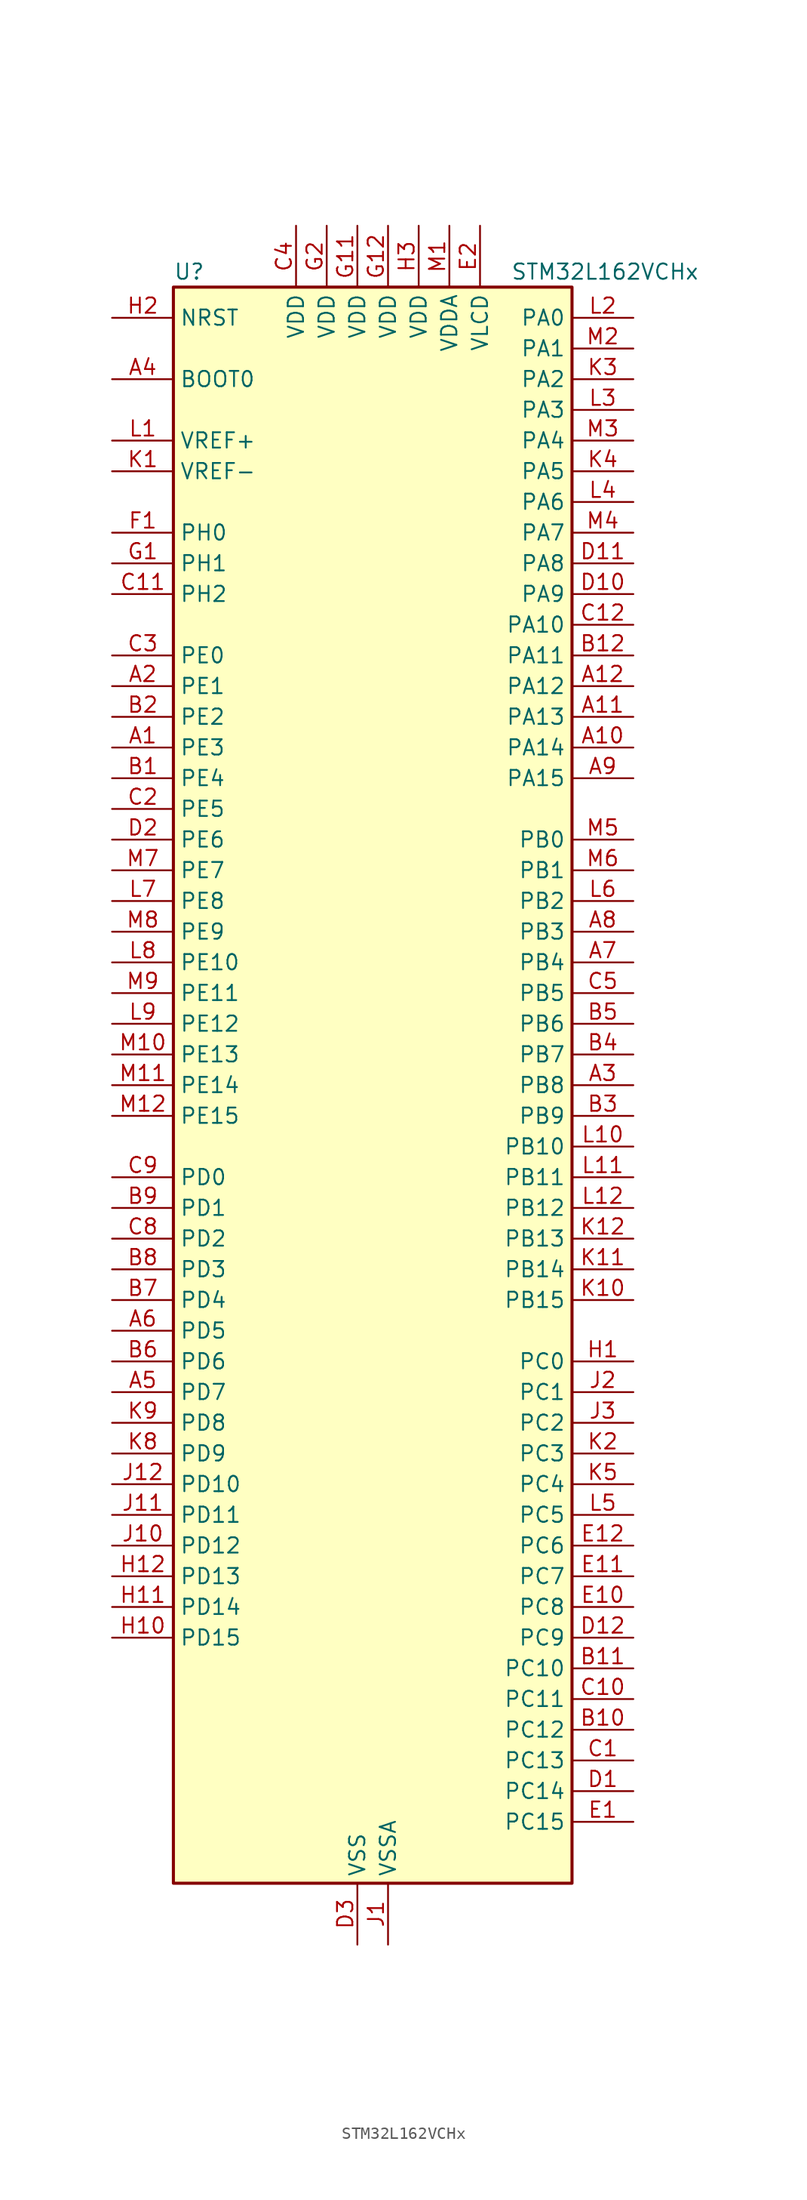
<source format=kicad_sym>
(kicad_symbol_lib
  (version 20231120)
  (generator "kicad-library-utils")
  (generator_version "8.0")
  (symbol "STM32L162VCHx"
    (property "Reference" "U"
      (at -15.24 67.31 0)
      (effects (font (size 1.27 1.27)) (justify left)))
    (property "Value" "STM32L162VCHx"
      (at 12.7 67.31 0)
      (effects (font (size 1.27 1.27)) (justify left)))
    (symbol "STM32L162VCHx_0_1"
      (rectangle (start -15.24 -66.04) (end 17.78 66.04) (stroke (width 0.254) (type default)) (fill (type background))))
    (symbol "STM32L162VCHx_1_1"
      (pin bidirectional line (at -20.32 27.94 0) (length 5.08) (name "PE3" (effects (font (size 1.27 1.27)))) (number "A1" (effects (font (size 1.27 1.27)))) (alternate "LCD_SEG39" bidirectional line) (alternate "SYS_TRACED0" bidirectional line) (alternate "TIM3_CH1" bidirectional line) (alternate "TIMX_IC4" bidirectional line))
      (pin bidirectional line (at 22.86 27.94 180) (length 5.08) (name "PA14" (effects (font (size 1.27 1.27)))) (number "A10" (effects (font (size 1.27 1.27)))) (alternate "SYS_JTCK-SWCLK" bidirectional line) (alternate "TIMX_IC3" bidirectional line) (alternate "TS_G5_IO2" bidirectional line))
      (pin bidirectional line (at 22.86 30.48 180) (length 5.08) (name "PA13" (effects (font (size 1.27 1.27)))) (number "A11" (effects (font (size 1.27 1.27)))) (alternate "SYS_JTMS-SWDIO" bidirectional line) (alternate "TIMX_IC2" bidirectional line) (alternate "TS_G5_IO1" bidirectional line))
      (pin bidirectional line (at 22.86 33.02 180) (length 5.08) (name "PA12" (effects (font (size 1.27 1.27)))) (number "A12" (effects (font (size 1.27 1.27)))) (alternate "SPI1_MOSI" bidirectional line) (alternate "TIMX_IC1" bidirectional line) (alternate "USART1_RTS" bidirectional line) (alternate "USB_DP" bidirectional line))
      (pin bidirectional line (at -20.32 33.02 0) (length 5.08) (name "PE1" (effects (font (size 1.27 1.27)))) (number "A2" (effects (font (size 1.27 1.27)))) (alternate "LCD_SEG37" bidirectional line) (alternate "TIM11_CH1" bidirectional line) (alternate "TIMX_IC2" bidirectional line))
      (pin bidirectional line (at 22.86 0 180) (length 5.08) (name "PB8" (effects (font (size 1.27 1.27)))) (number "A3" (effects (font (size 1.27 1.27)))) (alternate "I2C1_SCL" bidirectional line) (alternate "LCD_SEG16" bidirectional line) (alternate "TIM10_CH1" bidirectional line) (alternate "TIM4_CH3" bidirectional line))
      (pin input line (at -20.32 58.42 0) (length 5.08) (name "BOOT0" (effects (font (size 1.27 1.27)))) (number "A4" (effects (font (size 1.27 1.27)))))
      (pin bidirectional line (at -20.32 -25.4 0) (length 5.08) (name "PD7" (effects (font (size 1.27 1.27)))) (number "A5" (effects (font (size 1.27 1.27)))) (alternate "TIM9_CH2" bidirectional line) (alternate "TIMX_IC4" bidirectional line) (alternate "USART2_CK" bidirectional line))
      (pin bidirectional line (at -20.32 -20.32 0) (length 5.08) (name "PD5" (effects (font (size 1.27 1.27)))) (number "A6" (effects (font (size 1.27 1.27)))) (alternate "TIMX_IC2" bidirectional line) (alternate "USART2_TX" bidirectional line))
      (pin bidirectional line (at 22.86 10.16 180) (length 5.08) (name "PB4" (effects (font (size 1.27 1.27)))) (number "A7" (effects (font (size 1.27 1.27)))) (alternate "COMP2_INP" bidirectional line) (alternate "LCD_SEG8" bidirectional line) (alternate "SPI1_MISO" bidirectional line) (alternate "SPI3_MISO" bidirectional line) (alternate "SYS_JTRST" bidirectional line) (alternate "TIM3_CH1" bidirectional line) (alternate "TS_G6_IO1" bidirectional line))
      (pin bidirectional line (at 22.86 12.7 180) (length 5.08) (name "PB3" (effects (font (size 1.27 1.27)))) (number "A8" (effects (font (size 1.27 1.27)))) (alternate "COMP2_INM" bidirectional line) (alternate "I2S3_CK" bidirectional line) (alternate "LCD_SEG7" bidirectional line) (alternate "SPI1_SCK" bidirectional line) (alternate "SPI3_SCK" bidirectional line) (alternate "SYS_JTDO-TRACESWO" bidirectional line) (alternate "TIM2_CH2" bidirectional line))
      (pin bidirectional line (at 22.86 25.4 180) (length 5.08) (name "PA15" (effects (font (size 1.27 1.27)))) (number "A9" (effects (font (size 1.27 1.27)))) (alternate "ADC_EXTI15" bidirectional line) (alternate "I2S3_WS" bidirectional line) (alternate "LCD_SEG17" bidirectional line) (alternate "SPI1_NSS" bidirectional line) (alternate "SPI3_NSS" bidirectional line) (alternate "SYS_JTDI" bidirectional line) (alternate "TIM2_CH1" bidirectional line) (alternate "TIM2_ETR" bidirectional line) (alternate "TIMX_IC4" bidirectional line) (alternate "TS_G5_IO3" bidirectional line))
      (pin bidirectional line (at -20.32 25.4 0) (length 5.08) (name "PE4" (effects (font (size 1.27 1.27)))) (number "B1" (effects (font (size 1.27 1.27)))) (alternate "SYS_TRACED1" bidirectional line) (alternate "TIM3_CH2" bidirectional line) (alternate "TIMX_IC1" bidirectional line))
      (pin bidirectional line (at 22.86 -53.34 180) (length 5.08) (name "PC12" (effects (font (size 1.27 1.27)))) (number "B10" (effects (font (size 1.27 1.27)))) (alternate "I2S3_SD" bidirectional line) (alternate "LCD_COM6" bidirectional line) (alternate "LCD_SEG30" bidirectional line) (alternate "LCD_SEG42" bidirectional line) (alternate "SPI3_MOSI" bidirectional line) (alternate "TIMX_IC1" bidirectional line) (alternate "USART3_CK" bidirectional line))
      (pin bidirectional line (at 22.86 -48.26 180) (length 5.08) (name "PC10" (effects (font (size 1.27 1.27)))) (number "B11" (effects (font (size 1.27 1.27)))) (alternate "I2S3_CK" bidirectional line) (alternate "LCD_COM4" bidirectional line) (alternate "LCD_SEG28" bidirectional line) (alternate "LCD_SEG40" bidirectional line) (alternate "SPI3_SCK" bidirectional line) (alternate "TIMX_IC3" bidirectional line) (alternate "USART3_TX" bidirectional line))
      (pin bidirectional line (at 22.86 35.56 180) (length 5.08) (name "PA11" (effects (font (size 1.27 1.27)))) (number "B12" (effects (font (size 1.27 1.27)))) (alternate "ADC_EXTI11" bidirectional line) (alternate "SPI1_MISO" bidirectional line) (alternate "TIMX_IC4" bidirectional line) (alternate "USART1_CTS" bidirectional line) (alternate "USB_DM" bidirectional line))
      (pin bidirectional line (at -20.32 30.48 0) (length 5.08) (name "PE2" (effects (font (size 1.27 1.27)))) (number "B2" (effects (font (size 1.27 1.27)))) (alternate "LCD_SEG38" bidirectional line) (alternate "SYS_TRACECK" bidirectional line) (alternate "TIM3_ETR" bidirectional line) (alternate "TIMX_IC3" bidirectional line))
      (pin bidirectional line (at 22.86 -2.54 180) (length 5.08) (name "PB9" (effects (font (size 1.27 1.27)))) (number "B3" (effects (font (size 1.27 1.27)))) (alternate "DAC_EXTI9" bidirectional line) (alternate "I2C1_SDA" bidirectional line) (alternate "LCD_COM3" bidirectional line) (alternate "TIM11_CH1" bidirectional line) (alternate "TIM4_CH4" bidirectional line))
      (pin bidirectional line (at 22.86 2.54 180) (length 5.08) (name "PB7" (effects (font (size 1.27 1.27)))) (number "B4" (effects (font (size 1.27 1.27)))) (alternate "COMP2_INP" bidirectional line) (alternate "I2C1_SDA" bidirectional line) (alternate "SYS_PVD_IN" bidirectional line) (alternate "TIM4_CH2" bidirectional line) (alternate "TS_G6_IO4" bidirectional line) (alternate "USART1_RX" bidirectional line))
      (pin bidirectional line (at 22.86 5.08 180) (length 5.08) (name "PB6" (effects (font (size 1.27 1.27)))) (number "B5" (effects (font (size 1.27 1.27)))) (alternate "COMP2_INP" bidirectional line) (alternate "I2C1_SCL" bidirectional line) (alternate "TIM4_CH1" bidirectional line) (alternate "TS_G6_IO3" bidirectional line) (alternate "USART1_TX" bidirectional line))
      (pin bidirectional line (at -20.32 -22.86 0) (length 5.08) (name "PD6" (effects (font (size 1.27 1.27)))) (number "B6" (effects (font (size 1.27 1.27)))) (alternate "TIMX_IC3" bidirectional line) (alternate "USART2_RX" bidirectional line))
      (pin bidirectional line (at -20.32 -17.78 0) (length 5.08) (name "PD4" (effects (font (size 1.27 1.27)))) (number "B7" (effects (font (size 1.27 1.27)))) (alternate "I2S2_SD" bidirectional line) (alternate "SPI2_MOSI" bidirectional line) (alternate "TIMX_IC1" bidirectional line) (alternate "USART2_RTS" bidirectional line))
      (pin bidirectional line (at -20.32 -15.24 0) (length 5.08) (name "PD3" (effects (font (size 1.27 1.27)))) (number "B8" (effects (font (size 1.27 1.27)))) (alternate "SPI2_MISO" bidirectional line) (alternate "TIMX_IC4" bidirectional line) (alternate "USART2_CTS" bidirectional line))
      (pin bidirectional line (at -20.32 -10.16 0) (length 5.08) (name "PD1" (effects (font (size 1.27 1.27)))) (number "B9" (effects (font (size 1.27 1.27)))) (alternate "I2S2_CK" bidirectional line) (alternate "SPI2_SCK" bidirectional line) (alternate "TIMX_IC2" bidirectional line))
      (pin bidirectional line (at 22.86 -55.88 180) (length 5.08) (name "PC13" (effects (font (size 1.27 1.27)))) (number "C1" (effects (font (size 1.27 1.27)))) (alternate "RTC_OUT_ALARM" bidirectional line) (alternate "RTC_OUT_CALIB" bidirectional line) (alternate "RTC_TAMP1" bidirectional line) (alternate "RTC_TS" bidirectional line) (alternate "SYS_WKUP2" bidirectional line) (alternate "TIMX_IC2" bidirectional line))
      (pin bidirectional line (at 22.86 -50.8 180) (length 5.08) (name "PC11" (effects (font (size 1.27 1.27)))) (number "C10" (effects (font (size 1.27 1.27)))) (alternate "ADC_EXTI11" bidirectional line) (alternate "LCD_COM5" bidirectional line) (alternate "LCD_SEG29" bidirectional line) (alternate "LCD_SEG41" bidirectional line) (alternate "SPI3_MISO" bidirectional line) (alternate "TIMX_IC4" bidirectional line) (alternate "USART3_RX" bidirectional line))
      (pin bidirectional line (at -20.32 40.64 0) (length 5.08) (name "PH2" (effects (font (size 1.27 1.27)))) (number "C11" (effects (font (size 1.27 1.27)))))
      (pin bidirectional line (at 22.86 38.1 180) (length 5.08) (name "PA10" (effects (font (size 1.27 1.27)))) (number "C12" (effects (font (size 1.27 1.27)))) (alternate "LCD_COM2" bidirectional line) (alternate "TIMX_IC3" bidirectional line) (alternate "TS_G4_IO3" bidirectional line) (alternate "USART1_RX" bidirectional line))
      (pin bidirectional line (at -20.32 22.86 0) (length 5.08) (name "PE5" (effects (font (size 1.27 1.27)))) (number "C2" (effects (font (size 1.27 1.27)))) (alternate "SYS_TRACED2" bidirectional line) (alternate "TIM9_CH1" bidirectional line) (alternate "TIMX_IC2" bidirectional line))
      (pin bidirectional line (at -20.32 35.56 0) (length 5.08) (name "PE0" (effects (font (size 1.27 1.27)))) (number "C3" (effects (font (size 1.27 1.27)))) (alternate "LCD_SEG36" bidirectional line) (alternate "TIM10_CH1" bidirectional line) (alternate "TIM4_ETR" bidirectional line) (alternate "TIMX_IC1" bidirectional line))
      (pin power_in line (at -5.08 71.12 270) (length 5.08) (name "VDD" (effects (font (size 1.27 1.27)))) (number "C4" (effects (font (size 1.27 1.27)))))
      (pin bidirectional line (at 22.86 7.62 180) (length 5.08) (name "PB5" (effects (font (size 1.27 1.27)))) (number "C5" (effects (font (size 1.27 1.27)))) (alternate "COMP2_INP" bidirectional line) (alternate "I2C1_SMBA" bidirectional line) (alternate "I2S3_SD" bidirectional line) (alternate "LCD_SEG9" bidirectional line) (alternate "SPI1_MOSI" bidirectional line) (alternate "SPI3_MOSI" bidirectional line) (alternate "TIM3_CH2" bidirectional line) (alternate "TS_G6_IO2" bidirectional line))
      (pin bidirectional line (at -20.32 -12.7 0) (length 5.08) (name "PD2" (effects (font (size 1.27 1.27)))) (number "C8" (effects (font (size 1.27 1.27)))) (alternate "LCD_COM7" bidirectional line) (alternate "LCD_SEG31" bidirectional line) (alternate "LCD_SEG43" bidirectional line) (alternate "TIM3_ETR" bidirectional line) (alternate "TIMX_IC3" bidirectional line))
      (pin bidirectional line (at -20.32 -7.62 0) (length 5.08) (name "PD0" (effects (font (size 1.27 1.27)))) (number "C9" (effects (font (size 1.27 1.27)))) (alternate "I2S2_WS" bidirectional line) (alternate "SPI2_NSS" bidirectional line) (alternate "TIM9_CH1" bidirectional line) (alternate "TIMX_IC1" bidirectional line))
      (pin bidirectional line (at 22.86 -58.42 180) (length 5.08) (name "PC14" (effects (font (size 1.27 1.27)))) (number "D1" (effects (font (size 1.27 1.27)))) (alternate "RCC_OSC32_IN" bidirectional line) (alternate "TIMX_IC3" bidirectional line))
      (pin bidirectional line (at 22.86 40.64 180) (length 5.08) (name "PA9" (effects (font (size 1.27 1.27)))) (number "D10" (effects (font (size 1.27 1.27)))) (alternate "DAC_EXTI9" bidirectional line) (alternate "LCD_COM1" bidirectional line) (alternate "TIMX_IC2" bidirectional line) (alternate "TS_G4_IO2" bidirectional line) (alternate "USART1_TX" bidirectional line))
      (pin bidirectional line (at 22.86 43.18 180) (length 5.08) (name "PA8" (effects (font (size 1.27 1.27)))) (number "D11" (effects (font (size 1.27 1.27)))) (alternate "LCD_COM0" bidirectional line) (alternate "RCC_MCO" bidirectional line) (alternate "TIMX_IC1" bidirectional line) (alternate "TS_G4_IO1" bidirectional line) (alternate "USART1_CK" bidirectional line))
      (pin bidirectional line (at 22.86 -45.72 180) (length 5.08) (name "PC9" (effects (font (size 1.27 1.27)))) (number "D12" (effects (font (size 1.27 1.27)))) (alternate "DAC_EXTI9" bidirectional line) (alternate "LCD_SEG27" bidirectional line) (alternate "TIM3_CH4" bidirectional line) (alternate "TIMX_IC2" bidirectional line) (alternate "TS_G10_IO4" bidirectional line))
      (pin bidirectional line (at -20.32 20.32 0) (length 5.08) (name "PE6" (effects (font (size 1.27 1.27)))) (number "D2" (effects (font (size 1.27 1.27)))) (alternate "RTC_TAMP3" bidirectional line) (alternate "SYS_TRACED3" bidirectional line) (alternate "SYS_WKUP3" bidirectional line) (alternate "TIM9_CH2" bidirectional line) (alternate "TIMX_IC3" bidirectional line))
      (pin power_in line (at 0 -71.12 90) (length 5.08) (name "VSS" (effects (font (size 1.27 1.27)))) (number "D3" (effects (font (size 1.27 1.27)))))
      (pin bidirectional line (at 22.86 -60.96 180) (length 5.08) (name "PC15" (effects (font (size 1.27 1.27)))) (number "E1" (effects (font (size 1.27 1.27)))) (alternate "ADC_EXTI15" bidirectional line) (alternate "RCC_OSC32_OUT" bidirectional line) (alternate "TIMX_IC4" bidirectional line))
      (pin bidirectional line (at 22.86 -43.18 180) (length 5.08) (name "PC8" (effects (font (size 1.27 1.27)))) (number "E10" (effects (font (size 1.27 1.27)))) (alternate "LCD_SEG26" bidirectional line) (alternate "TIM3_CH3" bidirectional line) (alternate "TIMX_IC1" bidirectional line) (alternate "TS_G10_IO3" bidirectional line))
      (pin bidirectional line (at 22.86 -40.64 180) (length 5.08) (name "PC7" (effects (font (size 1.27 1.27)))) (number "E11" (effects (font (size 1.27 1.27)))) (alternate "I2S3_MCK" bidirectional line) (alternate "LCD_SEG25" bidirectional line) (alternate "TIM3_CH2" bidirectional line) (alternate "TIMX_IC4" bidirectional line) (alternate "TS_G10_IO2" bidirectional line))
      (pin bidirectional line (at 22.86 -38.1 180) (length 5.08) (name "PC6" (effects (font (size 1.27 1.27)))) (number "E12" (effects (font (size 1.27 1.27)))) (alternate "I2S2_MCK" bidirectional line) (alternate "LCD_SEG24" bidirectional line) (alternate "TIM3_CH1" bidirectional line) (alternate "TIMX_IC3" bidirectional line) (alternate "TS_G10_IO1" bidirectional line))
      (pin power_in line (at 10.16 71.12 270) (length 5.08) (name "VLCD" (effects (font (size 1.27 1.27)))) (number "E2" (effects (font (size 1.27 1.27)))))
      (pin passive line (at 0 -71.12 90) (length 5.08) hide (name "VSS" (effects (font (size 1.27 1.27)))) (number "E3" (effects (font (size 1.27 1.27)))))
      (pin bidirectional line (at -20.32 45.72 0) (length 5.08) (name "PH0" (effects (font (size 1.27 1.27)))) (number "F1" (effects (font (size 1.27 1.27)))) (alternate "RCC_OSC_IN" bidirectional line))
      (pin passive line (at 0 -71.12 90) (length 5.08) hide (name "VSS" (effects (font (size 1.27 1.27)))) (number "F11" (effects (font (size 1.27 1.27)))))
      (pin passive line (at 0 -71.12 90) (length 5.08) hide (name "VSS" (effects (font (size 1.27 1.27)))) (number "F12" (effects (font (size 1.27 1.27)))))
      (pin passive line (at 0 -71.12 90) (length 5.08) hide (name "VSS" (effects (font (size 1.27 1.27)))) (number "F2" (effects (font (size 1.27 1.27)))))
      (pin bidirectional line (at -20.32 43.18 0) (length 5.08) (name "PH1" (effects (font (size 1.27 1.27)))) (number "G1" (effects (font (size 1.27 1.27)))) (alternate "RCC_OSC_OUT" bidirectional line))
      (pin power_in line (at 0 71.12 270) (length 5.08) (name "VDD" (effects (font (size 1.27 1.27)))) (number "G11" (effects (font (size 1.27 1.27)))))
      (pin power_in line (at 2.54 71.12 270) (length 5.08) (name "VDD" (effects (font (size 1.27 1.27)))) (number "G12" (effects (font (size 1.27 1.27)))))
      (pin power_in line (at -2.54 71.12 270) (length 5.08) (name "VDD" (effects (font (size 1.27 1.27)))) (number "G2" (effects (font (size 1.27 1.27)))))
      (pin bidirectional line (at 22.86 -22.86 180) (length 5.08) (name "PC0" (effects (font (size 1.27 1.27)))) (number "H1" (effects (font (size 1.27 1.27)))) (alternate "ADC_IN10" bidirectional line) (alternate "COMP1_INP" bidirectional line) (alternate "LCD_SEG18" bidirectional line) (alternate "TIMX_IC1" bidirectional line) (alternate "TS_G8_IO1" bidirectional line))
      (pin bidirectional line (at -20.32 -45.72 0) (length 5.08) (name "PD15" (effects (font (size 1.27 1.27)))) (number "H10" (effects (font (size 1.27 1.27)))) (alternate "ADC_EXTI15" bidirectional line) (alternate "LCD_SEG35" bidirectional line) (alternate "TIM4_CH4" bidirectional line) (alternate "TIMX_IC4" bidirectional line))
      (pin bidirectional line (at -20.32 -43.18 0) (length 5.08) (name "PD14" (effects (font (size 1.27 1.27)))) (number "H11" (effects (font (size 1.27 1.27)))) (alternate "LCD_SEG34" bidirectional line) (alternate "TIM4_CH3" bidirectional line) (alternate "TIMX_IC3" bidirectional line))
      (pin bidirectional line (at -20.32 -40.64 0) (length 5.08) (name "PD13" (effects (font (size 1.27 1.27)))) (number "H12" (effects (font (size 1.27 1.27)))) (alternate "LCD_SEG33" bidirectional line) (alternate "TIM4_CH2" bidirectional line) (alternate "TIMX_IC2" bidirectional line))
      (pin input line (at -20.32 63.5 0) (length 5.08) (name "NRST" (effects (font (size 1.27 1.27)))) (number "H2" (effects (font (size 1.27 1.27)))))
      (pin power_in line (at 5.08 71.12 270) (length 5.08) (name "VDD" (effects (font (size 1.27 1.27)))) (number "H3" (effects (font (size 1.27 1.27)))))
      (pin power_in line (at 2.54 -71.12 90) (length 5.08) (name "VSSA" (effects (font (size 1.27 1.27)))) (number "J1" (effects (font (size 1.27 1.27)))))
      (pin bidirectional line (at -20.32 -38.1 0) (length 5.08) (name "PD12" (effects (font (size 1.27 1.27)))) (number "J10" (effects (font (size 1.27 1.27)))) (alternate "LCD_SEG32" bidirectional line) (alternate "TIM4_CH1" bidirectional line) (alternate "TIMX_IC1" bidirectional line) (alternate "USART3_RTS" bidirectional line))
      (pin bidirectional line (at -20.32 -35.56 0) (length 5.08) (name "PD11" (effects (font (size 1.27 1.27)))) (number "J11" (effects (font (size 1.27 1.27)))) (alternate "ADC_EXTI11" bidirectional line) (alternate "LCD_SEG31" bidirectional line) (alternate "TIMX_IC4" bidirectional line) (alternate "USART3_CTS" bidirectional line))
      (pin bidirectional line (at -20.32 -33.02 0) (length 5.08) (name "PD10" (effects (font (size 1.27 1.27)))) (number "J12" (effects (font (size 1.27 1.27)))) (alternate "LCD_SEG30" bidirectional line) (alternate "TIMX_IC3" bidirectional line) (alternate "USART3_CK" bidirectional line))
      (pin bidirectional line (at 22.86 -25.4 180) (length 5.08) (name "PC1" (effects (font (size 1.27 1.27)))) (number "J2" (effects (font (size 1.27 1.27)))) (alternate "ADC_IN11" bidirectional line) (alternate "COMP1_INP" bidirectional line) (alternate "LCD_SEG19" bidirectional line) (alternate "TIMX_IC2" bidirectional line) (alternate "TS_G8_IO2" bidirectional line))
      (pin bidirectional line (at 22.86 -27.94 180) (length 5.08) (name "PC2" (effects (font (size 1.27 1.27)))) (number "J3" (effects (font (size 1.27 1.27)))) (alternate "ADC_IN12" bidirectional line) (alternate "COMP1_INP" bidirectional line) (alternate "LCD_SEG20" bidirectional line) (alternate "TIMX_IC3" bidirectional line) (alternate "TS_G8_IO3" bidirectional line))
      (pin input line (at -20.32 50.8 0) (length 5.08) (name "VREF-" (effects (font (size 1.27 1.27)))) (number "K1" (effects (font (size 1.27 1.27)))))
      (pin bidirectional line (at 22.86 -17.78 180) (length 5.08) (name "PB15" (effects (font (size 1.27 1.27)))) (number "K10" (effects (font (size 1.27 1.27)))) (alternate "ADC_EXTI15" bidirectional line) (alternate "ADC_IN21" bidirectional line) (alternate "COMP1_INP" bidirectional line) (alternate "I2S2_SD" bidirectional line) (alternate "LCD_SEG15" bidirectional line) (alternate "RTC_REFIN" bidirectional line) (alternate "SPI2_MOSI" bidirectional line) (alternate "TIM11_CH1" bidirectional line) (alternate "TS_G7_IO4" bidirectional line))
      (pin bidirectional line (at 22.86 -15.24 180) (length 5.08) (name "PB14" (effects (font (size 1.27 1.27)))) (number "K11" (effects (font (size 1.27 1.27)))) (alternate "ADC_IN20" bidirectional line) (alternate "COMP1_INP" bidirectional line) (alternate "LCD_SEG14" bidirectional line) (alternate "SPI2_MISO" bidirectional line) (alternate "TIM9_CH2" bidirectional line) (alternate "TS_G7_IO3" bidirectional line) (alternate "USART3_RTS" bidirectional line))
      (pin bidirectional line (at 22.86 -12.7 180) (length 5.08) (name "PB13" (effects (font (size 1.27 1.27)))) (number "K12" (effects (font (size 1.27 1.27)))) (alternate "ADC_IN19" bidirectional line) (alternate "COMP1_INP" bidirectional line) (alternate "I2S2_CK" bidirectional line) (alternate "LCD_SEG13" bidirectional line) (alternate "SPI2_SCK" bidirectional line) (alternate "TIM9_CH1" bidirectional line) (alternate "TS_G7_IO2" bidirectional line) (alternate "USART3_CTS" bidirectional line))
      (pin bidirectional line (at 22.86 -30.48 180) (length 5.08) (name "PC3" (effects (font (size 1.27 1.27)))) (number "K2" (effects (font (size 1.27 1.27)))) (alternate "ADC_IN13" bidirectional line) (alternate "COMP1_INP" bidirectional line) (alternate "LCD_SEG21" bidirectional line) (alternate "TIMX_IC4" bidirectional line) (alternate "TS_G8_IO4" bidirectional line))
      (pin bidirectional line (at 22.86 58.42 180) (length 5.08) (name "PA2" (effects (font (size 1.27 1.27)))) (number "K3" (effects (font (size 1.27 1.27)))) (alternate "ADC_IN2" bidirectional line) (alternate "COMP1_INP" bidirectional line) (alternate "LCD_SEG1" bidirectional line) (alternate "OPAMP1_VINM" bidirectional line) (alternate "TIM2_CH3" bidirectional line) (alternate "TIM5_CH3" bidirectional line) (alternate "TIM9_CH1" bidirectional line) (alternate "TIMX_IC3" bidirectional line) (alternate "TS_G1_IO3" bidirectional line) (alternate "USART2_TX" bidirectional line))
      (pin bidirectional line (at 22.86 50.8 180) (length 5.08) (name "PA5" (effects (font (size 1.27 1.27)))) (number "K4" (effects (font (size 1.27 1.27)))) (alternate "ADC_IN5" bidirectional line) (alternate "COMP1_INP" bidirectional line) (alternate "DAC_OUT2" bidirectional line) (alternate "SPI1_SCK" bidirectional line) (alternate "TIM2_CH1" bidirectional line) (alternate "TIM2_ETR" bidirectional line) (alternate "TIMX_IC2" bidirectional line))
      (pin bidirectional line (at 22.86 -33.02 180) (length 5.08) (name "PC4" (effects (font (size 1.27 1.27)))) (number "K5" (effects (font (size 1.27 1.27)))) (alternate "ADC_IN14" bidirectional line) (alternate "COMP1_INP" bidirectional line) (alternate "LCD_SEG22" bidirectional line) (alternate "TIMX_IC1" bidirectional line) (alternate "TS_G9_IO1" bidirectional line))
      (pin bidirectional line (at -20.32 -30.48 0) (length 5.08) (name "PD9" (effects (font (size 1.27 1.27)))) (number "K8" (effects (font (size 1.27 1.27)))) (alternate "DAC_EXTI9" bidirectional line) (alternate "LCD_SEG29" bidirectional line) (alternate "TIMX_IC2" bidirectional line) (alternate "USART3_RX" bidirectional line))
      (pin bidirectional line (at -20.32 -27.94 0) (length 5.08) (name "PD8" (effects (font (size 1.27 1.27)))) (number "K9" (effects (font (size 1.27 1.27)))) (alternate "LCD_SEG28" bidirectional line) (alternate "TIMX_IC1" bidirectional line) (alternate "USART3_TX" bidirectional line))
      (pin input line (at -20.32 53.34 0) (length 5.08) (name "VREF+" (effects (font (size 1.27 1.27)))) (number "L1" (effects (font (size 1.27 1.27)))))
      (pin bidirectional line (at 22.86 -5.08 180) (length 5.08) (name "PB10" (effects (font (size 1.27 1.27)))) (number "L10" (effects (font (size 1.27 1.27)))) (alternate "I2C2_SCL" bidirectional line) (alternate "LCD_SEG10" bidirectional line) (alternate "TIM2_CH3" bidirectional line) (alternate "USART3_TX" bidirectional line))
      (pin bidirectional line (at 22.86 -7.62 180) (length 5.08) (name "PB11" (effects (font (size 1.27 1.27)))) (number "L11" (effects (font (size 1.27 1.27)))) (alternate "ADC_EXTI11" bidirectional line) (alternate "I2C2_SDA" bidirectional line) (alternate "LCD_SEG11" bidirectional line) (alternate "TIM2_CH4" bidirectional line) (alternate "USART3_RX" bidirectional line))
      (pin bidirectional line (at 22.86 -10.16 180) (length 5.08) (name "PB12" (effects (font (size 1.27 1.27)))) (number "L12" (effects (font (size 1.27 1.27)))) (alternate "ADC_IN18" bidirectional line) (alternate "COMP1_INP" bidirectional line) (alternate "I2C2_SMBA" bidirectional line) (alternate "I2S2_WS" bidirectional line) (alternate "LCD_SEG12" bidirectional line) (alternate "SPI2_NSS" bidirectional line) (alternate "TIM10_CH1" bidirectional line) (alternate "TS_G7_IO1" bidirectional line) (alternate "USART3_CK" bidirectional line))
      (pin bidirectional line (at 22.86 63.5 180) (length 5.08) (name "PA0" (effects (font (size 1.27 1.27)))) (number "L2" (effects (font (size 1.27 1.27)))) (alternate "ADC_IN0" bidirectional line) (alternate "COMP1_INP" bidirectional line) (alternate "RTC_TAMP2" bidirectional line) (alternate "SYS_WKUP1" bidirectional line) (alternate "TIM2_CH1" bidirectional line) (alternate "TIM2_ETR" bidirectional line) (alternate "TIM5_CH1" bidirectional line) (alternate "TIMX_IC1" bidirectional line) (alternate "TS_G1_IO1" bidirectional line) (alternate "USART2_CTS" bidirectional line))
      (pin bidirectional line (at 22.86 55.88 180) (length 5.08) (name "PA3" (effects (font (size 1.27 1.27)))) (number "L3" (effects (font (size 1.27 1.27)))) (alternate "ADC_IN3" bidirectional line) (alternate "COMP1_INP" bidirectional line) (alternate "LCD_SEG2" bidirectional line) (alternate "OPAMP1_VOUT" bidirectional line) (alternate "TIM2_CH4" bidirectional line) (alternate "TIM5_CH4" bidirectional line) (alternate "TIM9_CH2" bidirectional line) (alternate "TIMX_IC4" bidirectional line) (alternate "TS_G1_IO4" bidirectional line) (alternate "USART2_RX" bidirectional line))
      (pin bidirectional line (at 22.86 48.26 180) (length 5.08) (name "PA6" (effects (font (size 1.27 1.27)))) (number "L4" (effects (font (size 1.27 1.27)))) (alternate "ADC_IN6" bidirectional line) (alternate "COMP1_INP" bidirectional line) (alternate "LCD_SEG3" bidirectional line) (alternate "OPAMP2_VINP" bidirectional line) (alternate "SPI1_MISO" bidirectional line) (alternate "TIM10_CH1" bidirectional line) (alternate "TIM3_CH1" bidirectional line) (alternate "TIMX_IC3" bidirectional line) (alternate "TS_G2_IO1" bidirectional line))
      (pin bidirectional line (at 22.86 -35.56 180) (length 5.08) (name "PC5" (effects (font (size 1.27 1.27)))) (number "L5" (effects (font (size 1.27 1.27)))) (alternate "ADC_IN15" bidirectional line) (alternate "COMP1_INP" bidirectional line) (alternate "LCD_SEG23" bidirectional line) (alternate "TIMX_IC2" bidirectional line) (alternate "TS_G9_IO2" bidirectional line))
      (pin bidirectional line (at 22.86 15.24 180) (length 5.08) (name "PB2" (effects (font (size 1.27 1.27)))) (number "L6" (effects (font (size 1.27 1.27)))) (alternate "TS_G3_IO3" bidirectional line))
      (pin bidirectional line (at -20.32 15.24 0) (length 5.08) (name "PE8" (effects (font (size 1.27 1.27)))) (number "L7" (effects (font (size 1.27 1.27)))) (alternate "ADC_IN23" bidirectional line) (alternate "COMP1_INP" bidirectional line) (alternate "TIMX_IC1" bidirectional line))
      (pin bidirectional line (at -20.32 10.16 0) (length 5.08) (name "PE10" (effects (font (size 1.27 1.27)))) (number "L8" (effects (font (size 1.27 1.27)))) (alternate "ADC_IN25" bidirectional line) (alternate "COMP1_INP" bidirectional line) (alternate "TIM2_CH2" bidirectional line) (alternate "TIMX_IC3" bidirectional line))
      (pin bidirectional line (at -20.32 5.08 0) (length 5.08) (name "PE12" (effects (font (size 1.27 1.27)))) (number "L9" (effects (font (size 1.27 1.27)))) (alternate "SPI1_NSS" bidirectional line) (alternate "TIM2_CH4" bidirectional line) (alternate "TIMX_IC1" bidirectional line))
      (pin power_in line (at 7.62 71.12 270) (length 5.08) (name "VDDA" (effects (font (size 1.27 1.27)))) (number "M1" (effects (font (size 1.27 1.27)))))
      (pin bidirectional line (at -20.32 2.54 0) (length 5.08) (name "PE13" (effects (font (size 1.27 1.27)))) (number "M10" (effects (font (size 1.27 1.27)))) (alternate "SPI1_SCK" bidirectional line) (alternate "TIMX_IC2" bidirectional line))
      (pin bidirectional line (at -20.32 0 0) (length 5.08) (name "PE14" (effects (font (size 1.27 1.27)))) (number "M11" (effects (font (size 1.27 1.27)))) (alternate "SPI1_MISO" bidirectional line) (alternate "TIMX_IC3" bidirectional line))
      (pin bidirectional line (at -20.32 -2.54 0) (length 5.08) (name "PE15" (effects (font (size 1.27 1.27)))) (number "M12" (effects (font (size 1.27 1.27)))) (alternate "ADC_EXTI15" bidirectional line) (alternate "SPI1_MOSI" bidirectional line) (alternate "TIMX_IC4" bidirectional line))
      (pin bidirectional line (at 22.86 60.96 180) (length 5.08) (name "PA1" (effects (font (size 1.27 1.27)))) (number "M2" (effects (font (size 1.27 1.27)))) (alternate "ADC_IN1" bidirectional line) (alternate "COMP1_INP" bidirectional line) (alternate "LCD_SEG0" bidirectional line) (alternate "OPAMP1_VINP" bidirectional line) (alternate "TIM2_CH2" bidirectional line) (alternate "TIM5_CH2" bidirectional line) (alternate "TIMX_IC2" bidirectional line) (alternate "TS_G1_IO2" bidirectional line) (alternate "USART2_RTS" bidirectional line))
      (pin bidirectional line (at 22.86 53.34 180) (length 5.08) (name "PA4" (effects (font (size 1.27 1.27)))) (number "M3" (effects (font (size 1.27 1.27)))) (alternate "ADC_IN4" bidirectional line) (alternate "COMP1_INP" bidirectional line) (alternate "DAC_OUT1" bidirectional line) (alternate "I2S3_WS" bidirectional line) (alternate "SPI1_NSS" bidirectional line) (alternate "SPI3_NSS" bidirectional line) (alternate "TIMX_IC1" bidirectional line) (alternate "USART2_CK" bidirectional line))
      (pin bidirectional line (at 22.86 45.72 180) (length 5.08) (name "PA7" (effects (font (size 1.27 1.27)))) (number "M4" (effects (font (size 1.27 1.27)))) (alternate "ADC_IN7" bidirectional line) (alternate "COMP1_INP" bidirectional line) (alternate "LCD_SEG4" bidirectional line) (alternate "OPAMP2_VINM" bidirectional line) (alternate "SPI1_MOSI" bidirectional line) (alternate "TIM11_CH1" bidirectional line) (alternate "TIM3_CH2" bidirectional line) (alternate "TIMX_IC4" bidirectional line) (alternate "TS_G2_IO2" bidirectional line))
      (pin bidirectional line (at 22.86 20.32 180) (length 5.08) (name "PB0" (effects (font (size 1.27 1.27)))) (number "M5" (effects (font (size 1.27 1.27)))) (alternate "ADC_IN8" bidirectional line) (alternate "COMP1_INP" bidirectional line) (alternate "LCD_SEG5" bidirectional line) (alternate "OPAMP2_VOUT" bidirectional line) (alternate "SYS_V_REF_OUT" bidirectional line) (alternate "TIM3_CH3" bidirectional line) (alternate "TS_G3_IO1" bidirectional line))
      (pin bidirectional line (at 22.86 17.78 180) (length 5.08) (name "PB1" (effects (font (size 1.27 1.27)))) (number "M6" (effects (font (size 1.27 1.27)))) (alternate "ADC_IN9" bidirectional line) (alternate "COMP1_INP" bidirectional line) (alternate "LCD_SEG6" bidirectional line) (alternate "SYS_V_REF_OUT" bidirectional line) (alternate "TIM3_CH4" bidirectional line) (alternate "TS_G3_IO2" bidirectional line))
      (pin bidirectional line (at -20.32 17.78 0) (length 5.08) (name "PE7" (effects (font (size 1.27 1.27)))) (number "M7" (effects (font (size 1.27 1.27)))) (alternate "ADC_IN22" bidirectional line) (alternate "COMP1_INP" bidirectional line) (alternate "TIMX_IC4" bidirectional line))
      (pin bidirectional line (at -20.32 12.7 0) (length 5.08) (name "PE9" (effects (font (size 1.27 1.27)))) (number "M8" (effects (font (size 1.27 1.27)))) (alternate "ADC_IN24" bidirectional line) (alternate "COMP1_INP" bidirectional line) (alternate "DAC_EXTI9" bidirectional line) (alternate "TIM2_CH1" bidirectional line) (alternate "TIM2_ETR" bidirectional line) (alternate "TIM5_ETR" bidirectional line) (alternate "TIMX_IC2" bidirectional line))
      (pin bidirectional line (at -20.32 7.62 0) (length 5.08) (name "PE11" (effects (font (size 1.27 1.27)))) (number "M9" (effects (font (size 1.27 1.27)))) (alternate "ADC_EXTI11" bidirectional line) (alternate "TIM2_CH3" bidirectional line) (alternate "TIMX_IC4" bidirectional line)))))
</source>
